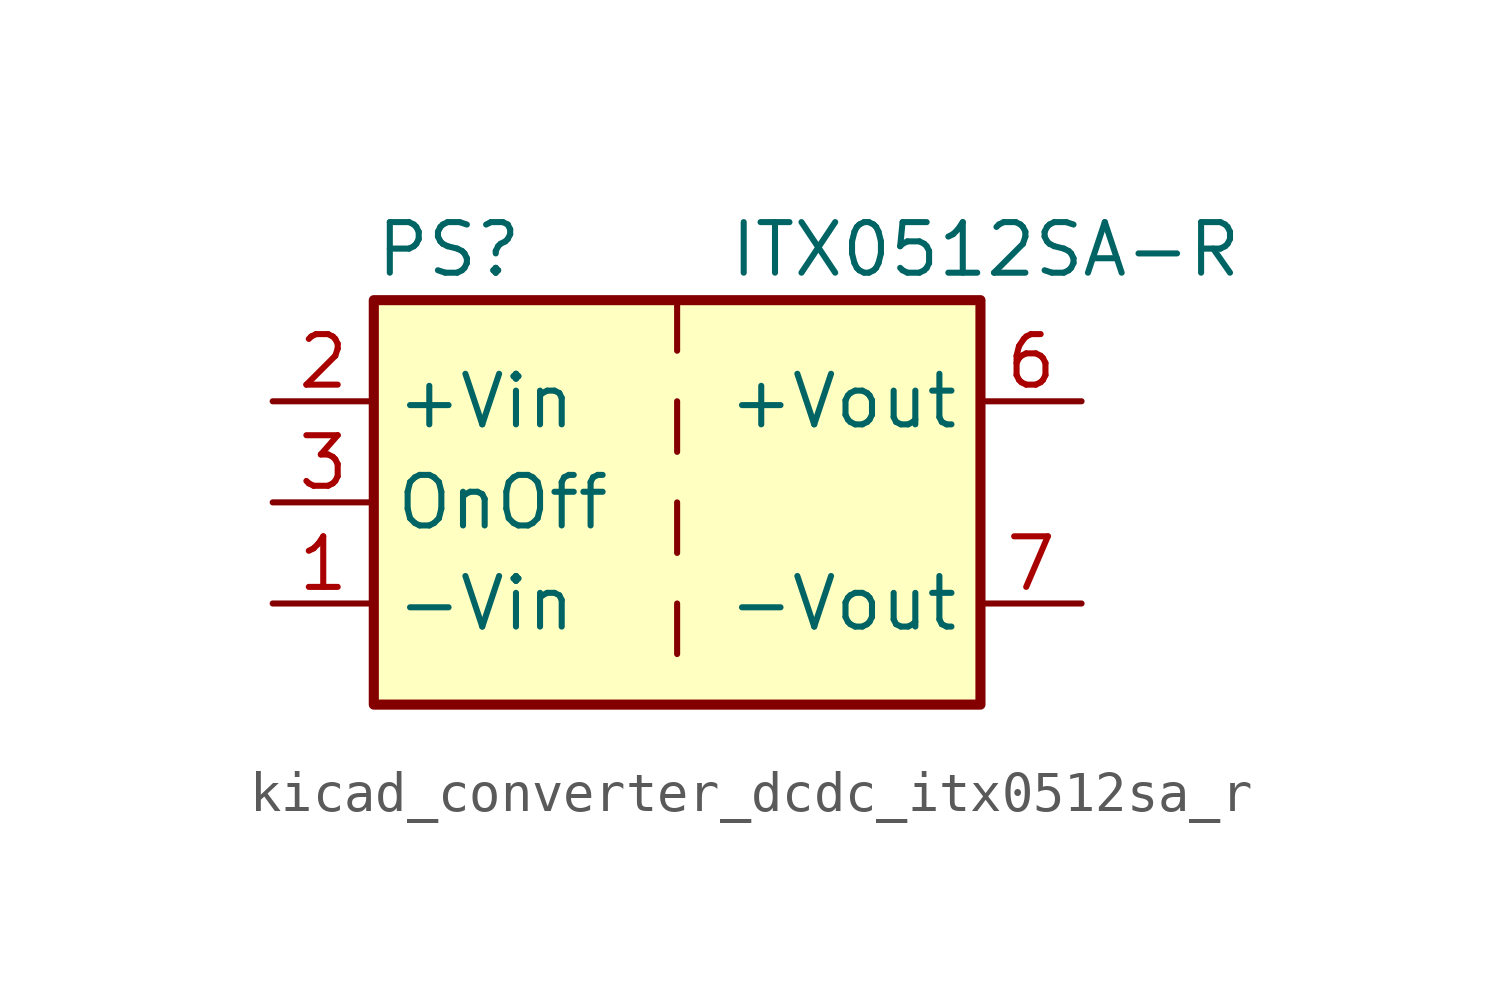
<source format=kicad_sym>
(kicad_symbol_lib
  (version 20220914)
  (generator kicad_symbol_editor)
  (symbol "kicad_converter_dcdc_itx0512sa_r"
    (property "Reference" "PS"
      (at -7.62 6.35 0)
      (effects (font (size 1.27 1.27)) (justify left)))
    (property "Value" "ITX0512SA-R"
      (at 1.27 6.35 0)
      (effects (font (size 1.27 1.27)) (justify left)))
    (symbol "kicad_converter_dcdc_itx0512sa_r_0_0"
      (pin power_in line (at -10.16 -2.54 0) (length 2.54) (name "-Vin" (effects (font (size 1.27 1.27)))) (number "1" (effects (font (size 1.27 1.27)))))
      (pin power_in line (at -10.16 2.54 0) (length 2.54) (name "+Vin" (effects (font (size 1.27 1.27)))) (number "2" (effects (font (size 1.27 1.27)))))
      (pin input line (at -10.16 0 0) (length 2.54) (name "OnOff" (effects (font (size 1.27 1.27)))) (number "3" (effects (font (size 1.27 1.27)))))
      (pin no_connect line (at 0 5.08 270) (length 2.54) hide (name "NC" (effects (font (size 1.27 1.27)))) (number "5" (effects (font (size 1.27 1.27)))))
      (pin power_out line (at 10.16 2.54 180) (length 2.54) (name "+Vout" (effects (font (size 1.27 1.27)))) (number "6" (effects (font (size 1.27 1.27)))))
      (pin power_out line (at 10.16 -2.54 180) (length 2.54) (name "-Vout" (effects (font (size 1.27 1.27)))) (number "7" (effects (font (size 1.27 1.27)))))
      (pin no_connect line (at 7.62 0 180) (length 2.54) hide (name "NC" (effects (font (size 1.27 1.27)))) (number "8" (effects (font (size 1.27 1.27))))))
    (symbol "kicad_converter_dcdc_itx0512sa_r_0_1"
      (rectangle (start -7.62 5.08) (end 7.62 -5.08) (stroke (width 0.254) (type default)) (fill (type background)))
      (polyline (pts (xy 0 -2.54) (xy 0 -3.81)) (stroke (width 0) (type default)) (fill (type none)))
      (polyline (pts (xy 0 0) (xy 0 -1.27)) (stroke (width 0) (type default)) (fill (type none)))
      (polyline (pts (xy 0 2.54) (xy 0 1.27)) (stroke (width 0) (type default)) (fill (type none)))
      (polyline (pts (xy 0 5.08) (xy 0 3.81)) (stroke (width 0) (type default)) (fill (type none))))))
</source>
